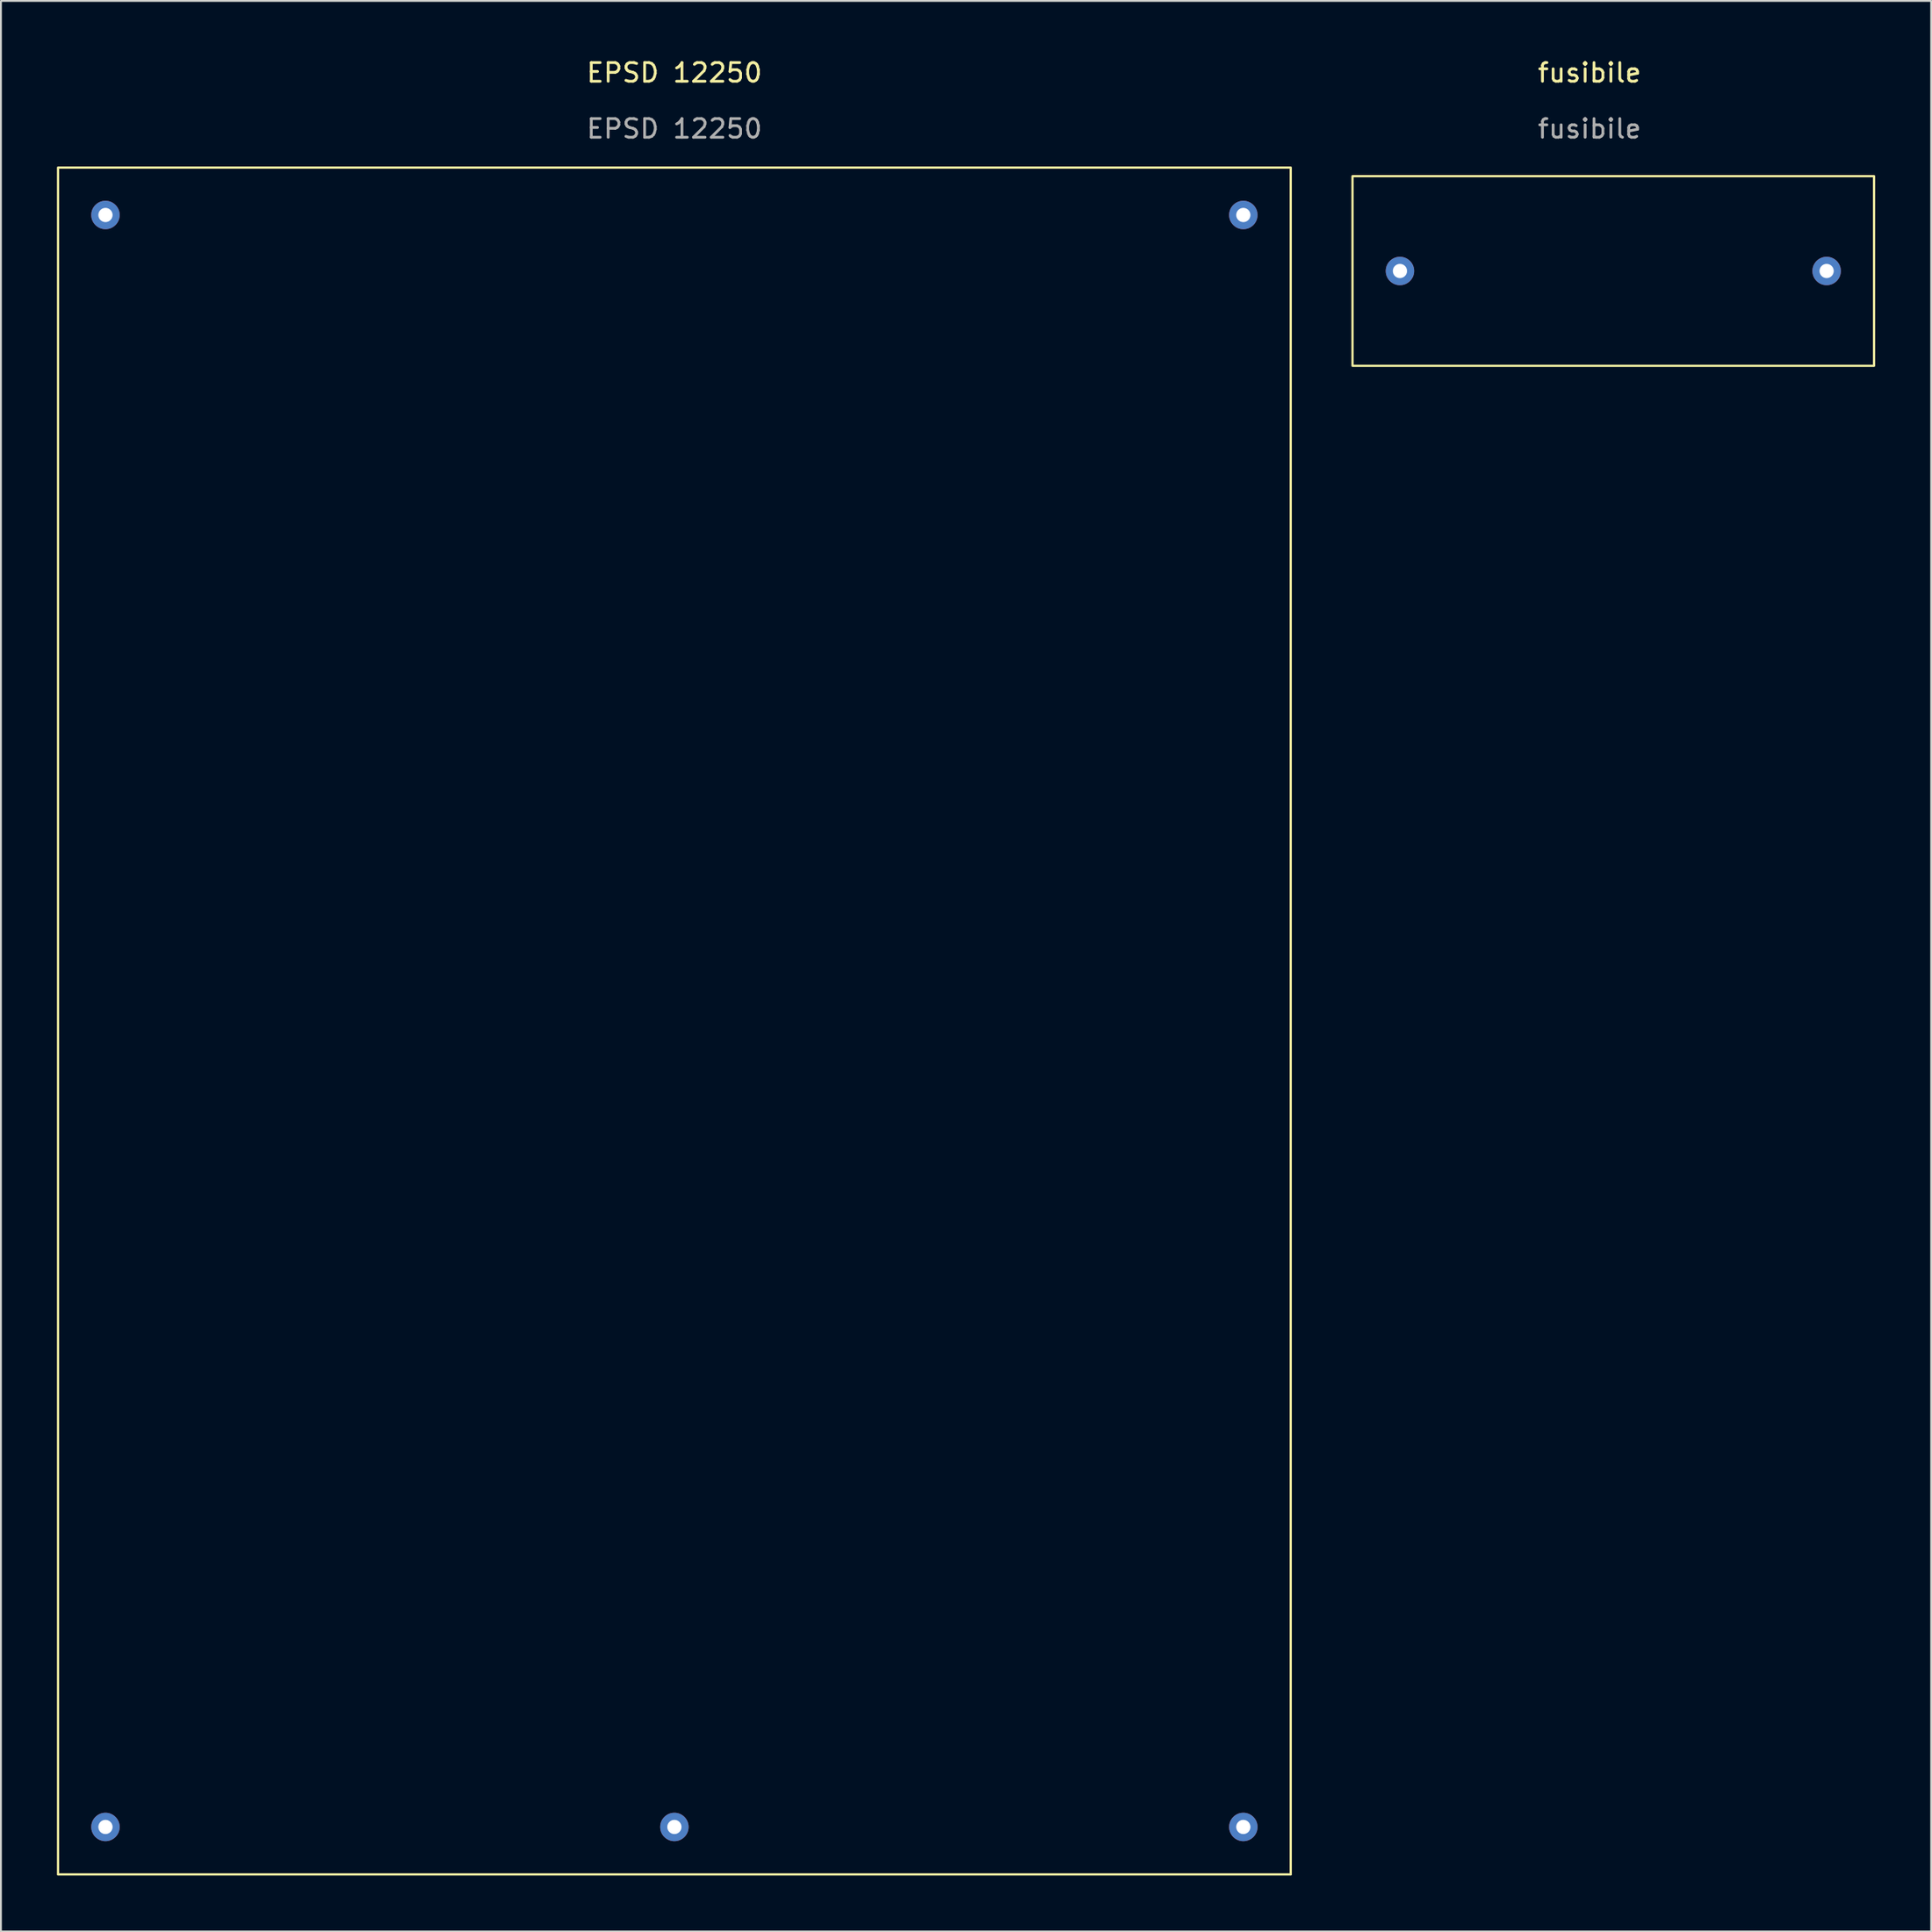
<source format=kicad_pcb>
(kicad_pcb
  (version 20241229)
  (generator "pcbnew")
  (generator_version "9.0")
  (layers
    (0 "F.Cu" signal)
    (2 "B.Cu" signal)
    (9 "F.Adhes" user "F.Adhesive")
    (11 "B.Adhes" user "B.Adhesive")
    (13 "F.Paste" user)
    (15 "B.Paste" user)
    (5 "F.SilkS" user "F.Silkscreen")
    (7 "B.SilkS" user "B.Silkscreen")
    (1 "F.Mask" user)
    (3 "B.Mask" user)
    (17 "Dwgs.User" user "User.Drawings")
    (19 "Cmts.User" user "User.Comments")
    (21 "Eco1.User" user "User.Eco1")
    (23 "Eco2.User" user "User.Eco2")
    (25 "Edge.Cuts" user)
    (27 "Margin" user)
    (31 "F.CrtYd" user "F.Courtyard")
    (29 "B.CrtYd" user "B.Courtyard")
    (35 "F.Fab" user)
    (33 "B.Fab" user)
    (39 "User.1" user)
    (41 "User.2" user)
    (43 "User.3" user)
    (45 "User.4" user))
  (footprint "fusibile"
    (layer "F.Cu")
    (at 69.41 6.388)
    (property "Reference" "fusibile" (at 12.7 -5.54 0) (unlocked yes) (layer "F.SilkS") (effects (font (size 1 1) (thickness 0.15))))
    (attr through_hole)
    (fp_rect (start 0 0) (end 27.94 10.16) (stroke (width 0.12) (type solid)) (fill no) (layer "F.SilkS"))
    (fp_text user "${REFERENCE}" (at 12.7 -2.54 0) (unlocked yes) (layer "F.Fab") (effects (font (size 1 1) (thickness 0.15))))
    (pad "1" thru_hole circle (at 2.54 5.08) (size 1.524 1.524) (drill 0.762) (layers "*.Cu" "*.Mask"))
    (pad "2" thru_hole circle (at 25.4 5.08) (size 1.524 1.524) (drill 0.762) (layers "*.Cu" "*.Mask")))
  (footprint "EPSD 12250"
    (layer "F.Cu")
    (at 33.08 46.568)
    (property "Reference" "EPSD 12250" (at 0 -45.72 0) (unlocked yes) (layer "F.SilkS") (effects (font (size 1 1) (thickness 0.15))))
    (attr through_hole)
    (fp_rect (start -33.02 -40.64) (end 33.02 50.8) (stroke (width 0.12) (type solid)) (fill no) (layer "F.SilkS"))
    (fp_text user "${REFERENCE}" (at 0 -42.72 0) (unlocked yes) (layer "F.Fab") (effects (font (size 1 1) (thickness 0.15))))
    (pad "1" thru_hole circle (at -30.48 -38.1) (size 1.524 1.524) (drill 0.762) (layers "*.Cu" "*.Mask"))
    (pad "2" thru_hole circle (at 30.48 -38.1) (size 1.524 1.524) (drill 0.762) (layers "*.Cu" "*.Mask"))
    (pad "3" thru_hole circle (at -30.48 48.26) (size 1.524 1.524) (drill 0.762) (layers "*.Cu" "*.Mask"))
    (pad "4" thru_hole circle (at 30.48 48.26) (size 1.524 1.524) (drill 0.762) (layers "*.Cu" "*.Mask"))
    (pad "5" thru_hole circle (at 0 48.26) (size 1.524 1.524) (drill 0.762) (layers "*.Cu" "*.Mask")))
  (gr_rect
    (start -3 -3)
    (end 100.41 100.428)
    (stroke (width 0.1) (type default))
    (fill no)
    (layer "Edge.Cuts")))
</source>
